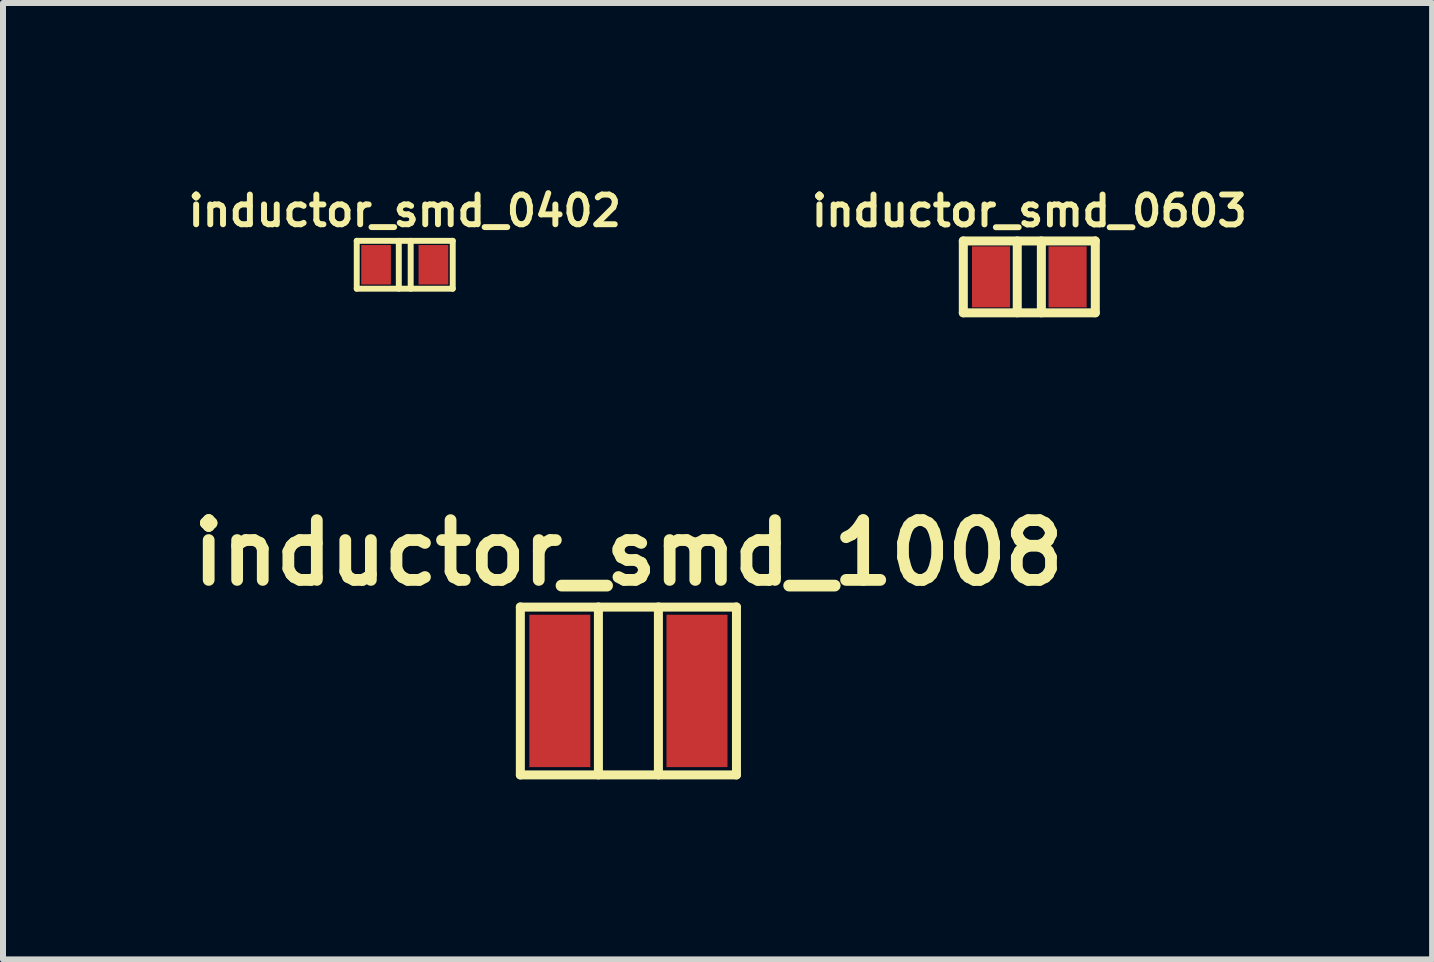
<source format=kicad_pcb>
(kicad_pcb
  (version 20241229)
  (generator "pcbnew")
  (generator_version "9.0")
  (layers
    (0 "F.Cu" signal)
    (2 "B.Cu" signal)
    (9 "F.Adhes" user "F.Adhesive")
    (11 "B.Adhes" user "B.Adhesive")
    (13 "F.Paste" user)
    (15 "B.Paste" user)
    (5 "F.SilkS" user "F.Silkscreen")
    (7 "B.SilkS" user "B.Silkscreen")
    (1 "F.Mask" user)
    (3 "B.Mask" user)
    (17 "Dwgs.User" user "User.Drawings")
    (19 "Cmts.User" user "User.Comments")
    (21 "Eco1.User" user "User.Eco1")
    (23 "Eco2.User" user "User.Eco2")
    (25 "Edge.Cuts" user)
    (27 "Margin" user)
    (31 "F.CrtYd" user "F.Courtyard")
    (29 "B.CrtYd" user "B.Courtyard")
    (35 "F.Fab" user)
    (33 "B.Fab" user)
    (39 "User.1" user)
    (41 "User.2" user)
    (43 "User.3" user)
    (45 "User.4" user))
  (footprint "inductor_smd_1008"
    (layer "F.Cu")
    (at 7.424 8.466)
    (property "Reference" "inductor_smd_1008" (at 0 -2.301 0) (layer "F.SilkS") (effects (font (size 0.996 0.996) (thickness 0.196))))
    (attr through_hole)
    (fp_line (start -1.801 -1.397) (end 1.801 -1.397) (stroke (width 0.15) (type solid)) (layer "F.SilkS"))
    (fp_line (start -1.801 1.4) (end -1.801 -1.4) (stroke (width 0.15) (type solid)) (layer "F.SilkS"))
    (fp_line (start -0.5 -1.4) (end -0.5 1.4) (stroke (width 0.15) (type solid)) (layer "F.SilkS"))
    (fp_line (start 0.5 1.4) (end 0.5 -1.4) (stroke (width 0.15) (type solid)) (layer "F.SilkS"))
    (fp_line (start 1.801 -1.4) (end 1.801 1.4) (stroke (width 0.15) (type solid)) (layer "F.SilkS"))
    (fp_line (start 1.801 1.4) (end -1.801 1.4) (stroke (width 0.15) (type solid)) (layer "F.SilkS"))
    (pad "1" smd rect (at -1.143 0) (size 1.016 2.54) (layers "F.Cu" "F.Mask" "F.Paste"))
    (pad "2" smd rect (at 1.143 0) (size 1.016 2.54) (layers "F.Cu" "F.Mask" "F.Paste")))
  (footprint "inductor_smd_0402"
    (layer "F.Cu")
    (at 3.696 1.363)
    (property "Reference" "inductor_smd_0402" (at 0 -0.899 0) (layer "F.SilkS") (effects (font (size 0.495 0.495) (thickness 0.099))))
    (attr through_hole)
    (fp_line (start -0.8 -0.399) (end 0.8 -0.399) (stroke (width 0.099) (type solid)) (layer "F.SilkS"))
    (fp_line (start -0.8 0.399) (end -0.8 -0.399) (stroke (width 0.099) (type solid)) (layer "F.SilkS"))
    (fp_line (start -0.099 -0.399) (end -0.099 0.399) (stroke (width 0.099) (type solid)) (layer "F.SilkS"))
    (fp_line (start 0.099 0.399) (end 0.099 -0.399) (stroke (width 0.099) (type solid)) (layer "F.SilkS"))
    (fp_line (start 0.8 -0.399) (end 0.8 0.399) (stroke (width 0.099) (type solid)) (layer "F.SilkS"))
    (fp_line (start 0.8 0.399) (end -0.8 0.399) (stroke (width 0.099) (type solid)) (layer "F.SilkS"))
    (pad "1" smd rect (at -0.478 0) (size 0.495 0.658) (layers "F.Cu" "F.Mask" "F.Paste"))
    (pad "2" smd rect (at 0.478 0) (size 0.495 0.658) (layers "F.Cu" "F.Mask" "F.Paste")))
  (footprint "inductor_smd_0603"
    (layer "F.Cu")
    (at 14.106 1.565)
    (property "Reference" "inductor_smd_0603" (at 0 -1.1 0) (layer "F.SilkS") (effects (font (size 0.498 0.498) (thickness 0.099))))
    (attr through_hole)
    (fp_line (start -1.1 -0.599) (end 1.1 -0.599) (stroke (width 0.15) (type solid)) (layer "F.SilkS"))
    (fp_line (start -1.1 0.599) (end -1.1 -0.599) (stroke (width 0.15) (type solid)) (layer "F.SilkS"))
    (fp_line (start -0.201 -0.599) (end -0.201 0.599) (stroke (width 0.15) (type solid)) (layer "F.SilkS"))
    (fp_line (start 0.201 0.599) (end 0.201 -0.599) (stroke (width 0.15) (type solid)) (layer "F.SilkS"))
    (fp_line (start 1.1 -0.599) (end 1.1 0.599) (stroke (width 0.15) (type solid)) (layer "F.SilkS"))
    (fp_line (start 1.1 0.599) (end -1.1 0.599) (stroke (width 0.15) (type solid)) (layer "F.SilkS"))
    (pad "1" smd rect (at -0.638 0) (size 0.635 1.016) (layers "F.Cu" "F.Mask" "F.Paste"))
    (pad "2" smd rect (at 0.638 0) (size 0.635 1.016) (layers "F.Cu" "F.Mask" "F.Paste")))
  (gr_rect
    (start -3 -3)
    (end 20.82 12.941)
    (stroke (width 0.1) (type default))
    (fill no)
    (layer "Edge.Cuts")))
</source>
